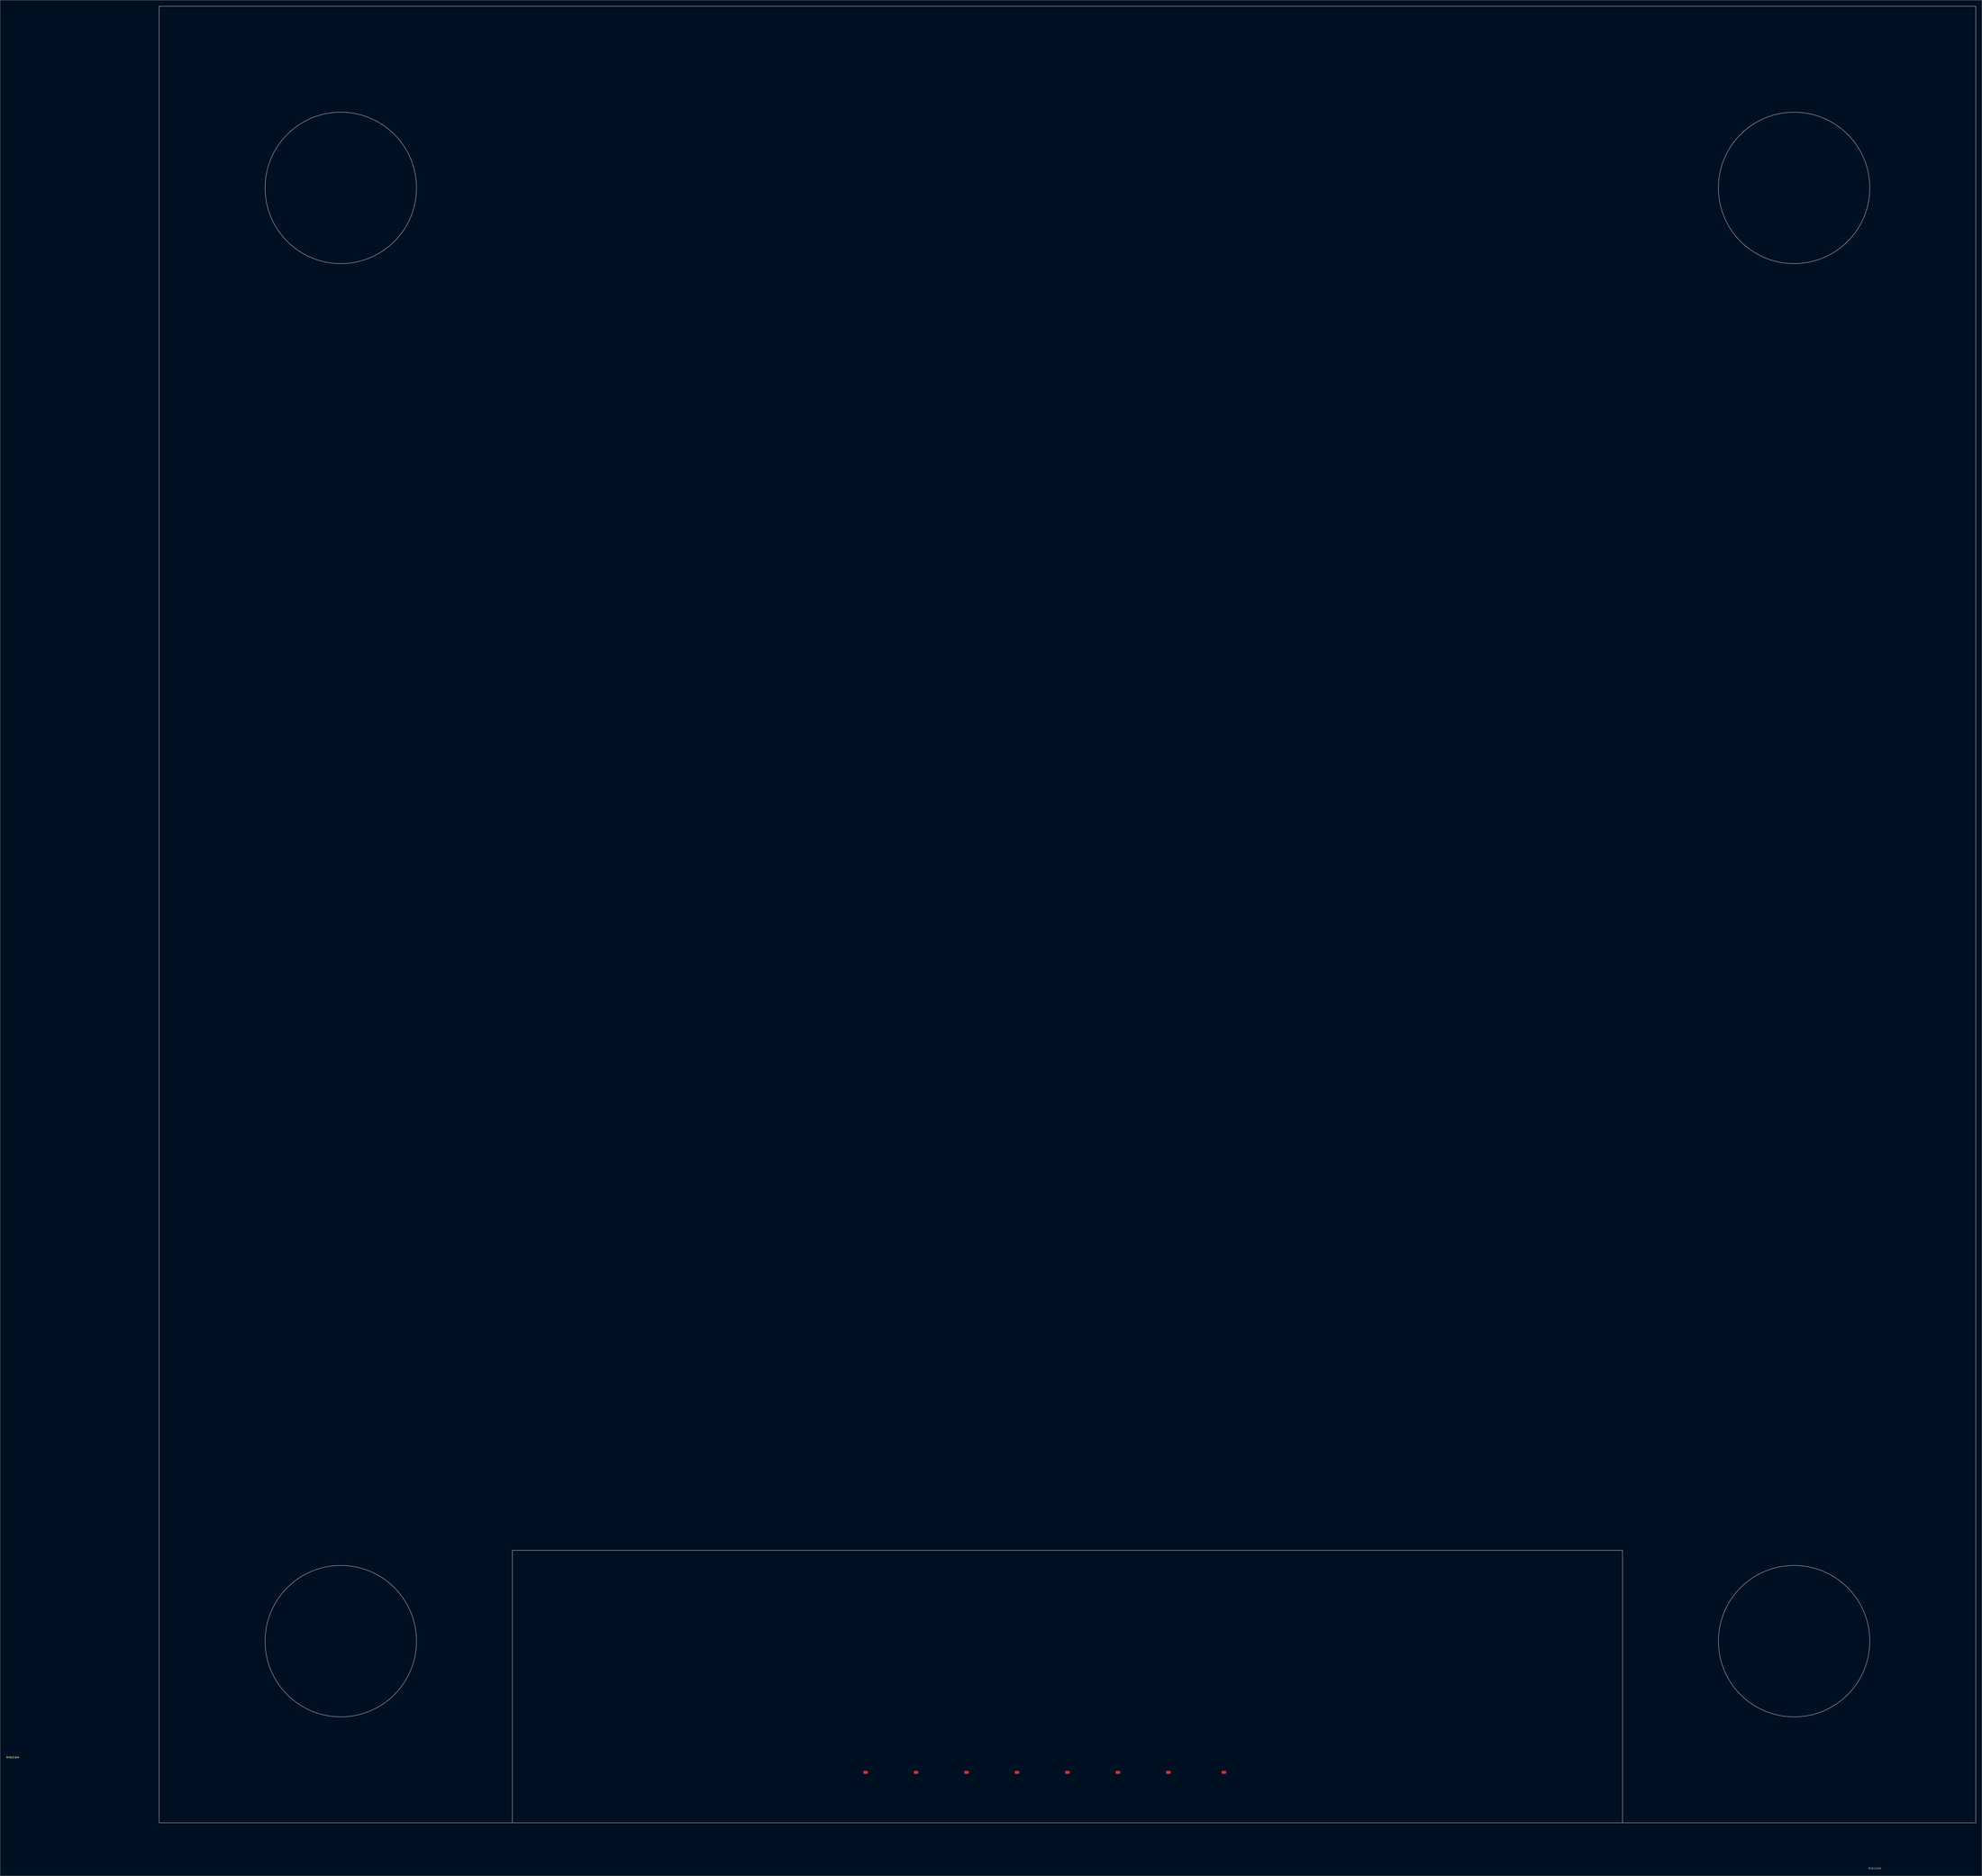
<source format=kicad_pcb>
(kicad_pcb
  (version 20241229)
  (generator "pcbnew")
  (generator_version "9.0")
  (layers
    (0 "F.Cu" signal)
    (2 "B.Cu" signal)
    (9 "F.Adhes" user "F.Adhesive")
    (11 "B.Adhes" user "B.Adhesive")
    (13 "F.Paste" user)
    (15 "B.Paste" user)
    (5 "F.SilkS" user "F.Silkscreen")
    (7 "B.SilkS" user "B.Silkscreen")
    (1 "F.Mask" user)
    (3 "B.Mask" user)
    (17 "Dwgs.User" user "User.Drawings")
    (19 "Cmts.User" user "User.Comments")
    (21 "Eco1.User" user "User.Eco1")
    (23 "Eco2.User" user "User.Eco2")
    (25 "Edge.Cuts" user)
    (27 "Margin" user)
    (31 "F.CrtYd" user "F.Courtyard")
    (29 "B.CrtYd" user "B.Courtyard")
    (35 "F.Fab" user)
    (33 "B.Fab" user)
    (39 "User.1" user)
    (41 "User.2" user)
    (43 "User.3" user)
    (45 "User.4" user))
  (footprint "ArduCam"
    (layer "F.Cu")
    (at 534.247 457.3)
    (property "Reference" "ArduCam" (at -530.86 424.18 0) (unlocked yes) (layer "F.SilkS") (effects (font (size 1 1) (thickness 0.15))))
    (attr smd)
    (fp_line (start -457.2 -457.2) (end 457.2 -457.2) (stroke (width 0.2) (type solid)) (layer "Dwgs.User"))
    (fp_line (start -457.2 457.2) (end -457.2 -457.2) (stroke (width 0.2) (type solid)) (layer "Dwgs.User"))
    (fp_line (start -279.4 320.04) (end -279.4 457.2) (stroke (width 0.2) (type solid)) (layer "Dwgs.User"))
    (fp_line (start -279.4 457.2) (end -457.2 457.2) (stroke (width 0.2) (type solid)) (layer "Dwgs.User"))
    (fp_line (start -279.4 457.2) (end 279.4 457.2) (stroke (width 0.2) (type solid)) (layer "Dwgs.User"))
    (fp_line (start 279.4 320.04) (end -279.4 320.04) (stroke (width 0.2) (type solid)) (layer "Dwgs.User"))
    (fp_line (start 279.4 457.2) (end 279.4 320.04) (stroke (width 0.2) (type solid)) (layer "Dwgs.User"))
    (fp_line (start 457.2 -457.2) (end 457.2 457.2) (stroke (width 0.2) (type solid)) (layer "Dwgs.User"))
    (fp_line (start 457.2 457.2) (end 279.4 457.2) (stroke (width 0.2) (type solid)) (layer "Dwgs.User"))
    (fp_circle (center -365.76 -365.76) (end -365.76 -327.66) (stroke (width 0.2) (type solid)) (fill no) (layer "Dwgs.User"))
    (fp_circle (center -365.76 365.76) (end -365.76 403.86) (stroke (width 0.2) (type solid)) (fill no) (layer "Dwgs.User"))
    (fp_circle (center 365.76 -365.76) (end 365.76 -327.66) (stroke (width 0.2) (type solid)) (fill no) (layer "Dwgs.User"))
    (fp_circle (center 365.76 365.76) (end 365.76 403.86) (stroke (width 0.2) (type solid)) (fill no) (layer "Dwgs.User"))
    (fp_text user "${REFERENCE}" (at 406.4 480.06 0) (unlocked yes) (layer "F.Fab") (effects (font (size 1 1) (thickness 0.15))))
    (pad "5" smd roundrect (at -101.6 431.8) (size 2.286 1.524) (layers "F.Cu" "F.Mask" "F.Paste") (roundrect_rratio 0.25))
    (pad "6" smd roundrect (at -76.2 431.8) (size 2.286 1.524) (layers "F.Cu" "F.Mask" "F.Paste") (roundrect_rratio 0.25))
    (pad "7" smd roundrect (at -50.8 431.8) (size 2.286 1.524) (layers "F.Cu" "F.Mask" "F.Paste") (roundrect_rratio 0.25))
    (pad "8" smd roundrect (at -25.4 431.8) (size 2.286 1.524) (layers "F.Cu" "F.Mask" "F.Paste") (roundrect_rratio 0.25))
    (pad "9" smd roundrect (at 0 431.8) (size 2.286 1.524) (layers "F.Cu" "F.Mask" "F.Paste") (roundrect_rratio 0.25))
    (pad "10" smd roundrect (at 25.4 431.8) (size 2.286 1.524) (layers "F.Cu" "F.Mask" "F.Paste") (roundrect_rratio 0.25))
    (pad "11" smd roundrect (at 50.8 431.8) (size 2.286 1.524) (layers "F.Cu" "F.Mask" "F.Paste") (roundrect_rratio 0.25))
    (pad "12" smd roundrect (at 78.74 431.8) (size 2.286 1.524) (layers "F.Cu" "F.Mask" "F.Paste") (roundrect_rratio 0.25)))
  (gr_rect
    (start -3 -3)
    (end 994.547 941.208)
    (stroke (width 0.1) (type default))
    (fill no)
    (layer "Edge.Cuts")))
</source>
